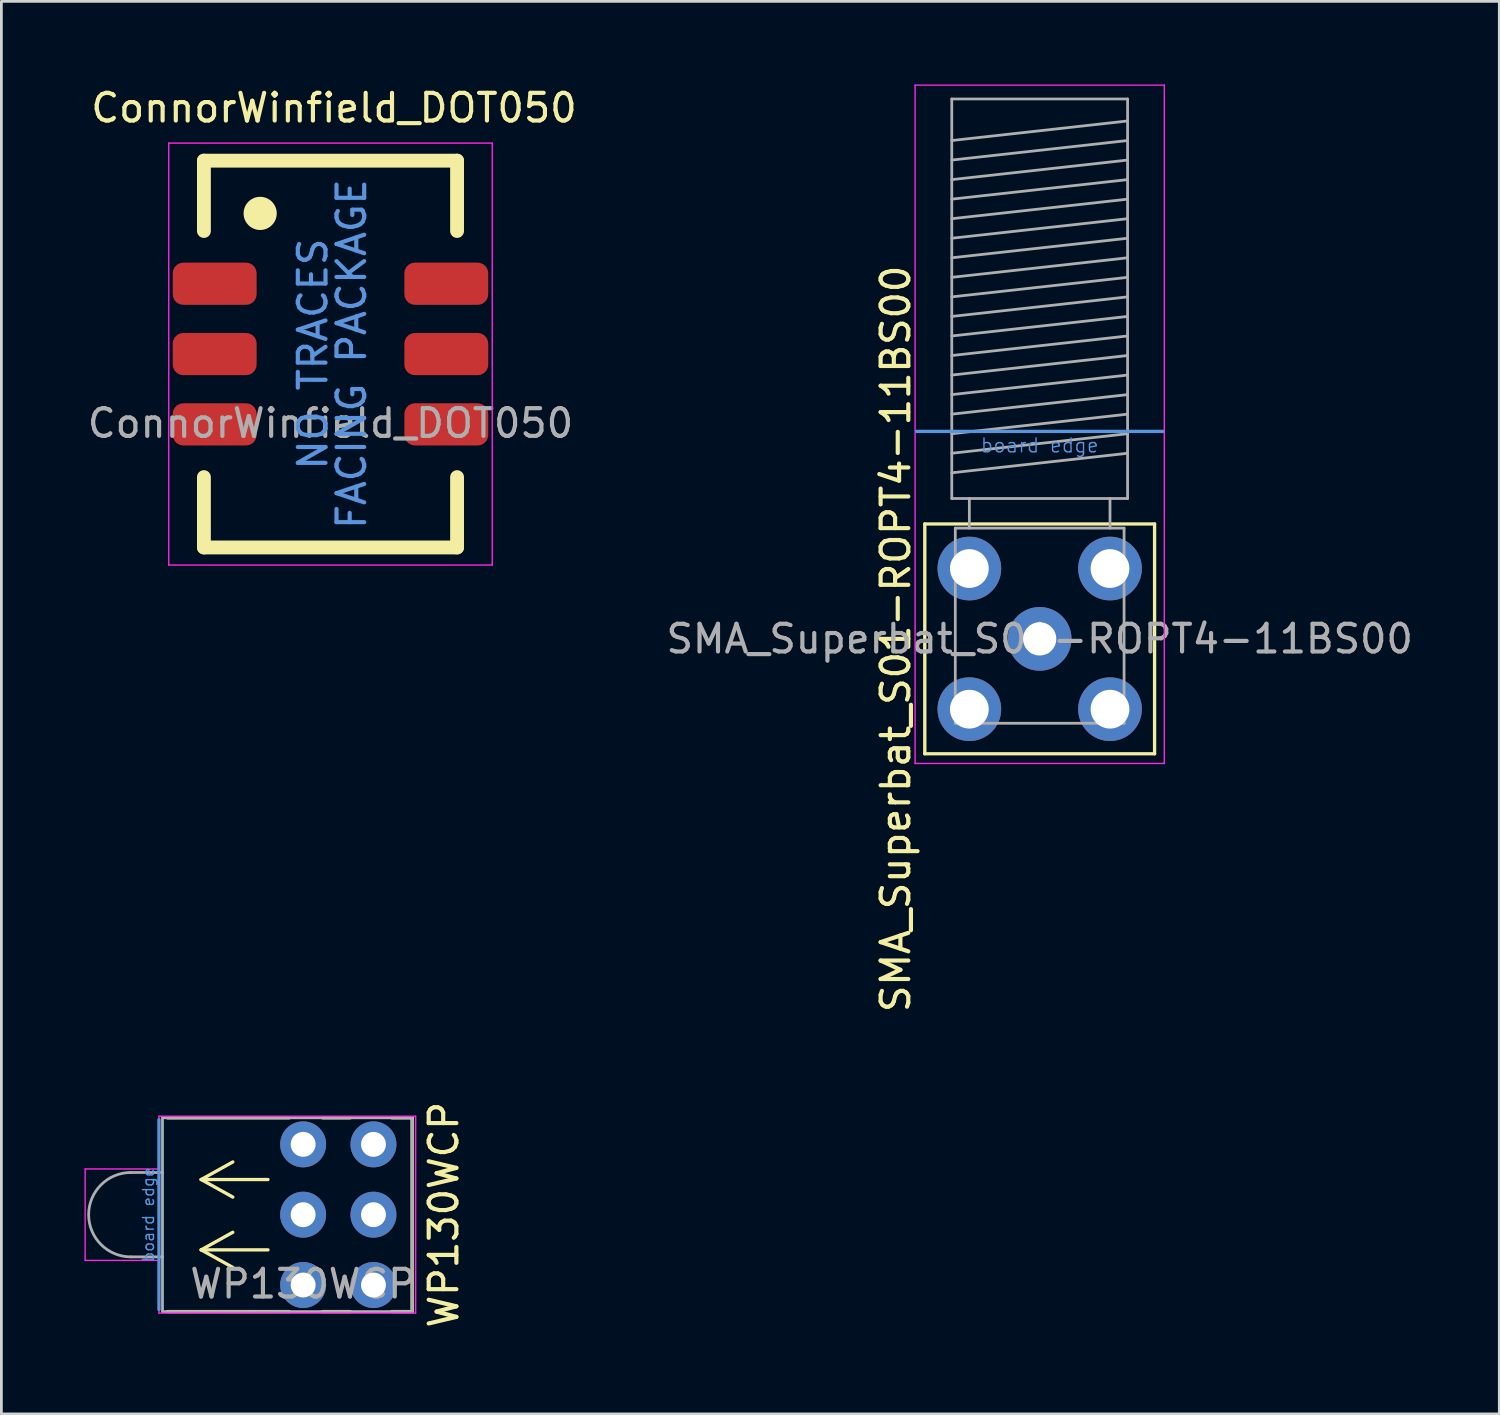
<source format=kicad_pcb>
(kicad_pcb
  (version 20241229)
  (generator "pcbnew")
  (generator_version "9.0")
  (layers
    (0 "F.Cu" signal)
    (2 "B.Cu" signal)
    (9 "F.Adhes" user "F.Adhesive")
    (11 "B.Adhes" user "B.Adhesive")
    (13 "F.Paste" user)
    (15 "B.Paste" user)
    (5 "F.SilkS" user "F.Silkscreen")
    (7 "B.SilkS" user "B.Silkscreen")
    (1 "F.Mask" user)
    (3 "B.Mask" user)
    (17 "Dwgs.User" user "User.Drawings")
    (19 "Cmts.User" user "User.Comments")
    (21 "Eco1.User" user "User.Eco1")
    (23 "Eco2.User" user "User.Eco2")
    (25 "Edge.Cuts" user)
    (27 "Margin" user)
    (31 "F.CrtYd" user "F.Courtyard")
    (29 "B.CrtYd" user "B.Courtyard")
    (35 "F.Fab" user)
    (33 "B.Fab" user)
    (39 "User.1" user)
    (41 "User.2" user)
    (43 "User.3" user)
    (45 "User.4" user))
  (footprint "SMA_Superbat_S01-ROPT4-11BS00"
    (layer "F.Cu")
    (at 34.502 20.025)
    (property "Reference" "SMA_Superbat_S01-ROPT4-11BS00" (at -5.2 0 90) (layer "F.SilkS") (effects (font (size 1 1) (thickness 0.15))))
    (attr through_hole)
    (fp_line (start -4.15 -4.15) (end -4.15 4.15) (stroke (width 0.12) (type solid)) (layer "F.SilkS"))
    (fp_line (start -4.15 -4.15) (end 4.15 -4.15) (stroke (width 0.12) (type solid)) (layer "F.SilkS"))
    (fp_line (start -4.15 4.15) (end 4.15 4.15) (stroke (width 0.12) (type solid)) (layer "F.SilkS"))
    (fp_line (start 4.15 -4.15) (end 4.15 4.15) (stroke (width 0.12) (type solid)) (layer "F.SilkS"))
    (fp_line (start -4.445 -7.493) (end 4.445 -7.493) (stroke (width 0.12) (type solid)) (layer "Cmts.User"))
    (fp_line (start -4.5 -20) (end -4.5 4.5) (stroke (width 0.05) (type solid)) (layer "F.CrtYd"))
    (fp_line (start -4.5 -20) (end 4.5 -20) (stroke (width 0.05) (type solid)) (layer "F.CrtYd"))
    (fp_line (start 4.5 4.5) (end -4.5 4.5) (stroke (width 0.05) (type solid)) (layer "F.CrtYd"))
    (fp_line (start 4.5 4.5) (end 4.5 -20) (stroke (width 0.05) (type solid)) (layer "F.CrtYd"))
    (fp_line (start -3.175 -19.5) (end -3.175 -5.07) (stroke (width 0.1) (type solid)) (layer "F.Fab"))
    (fp_line (start -3.175 -19.5) (end 3.175 -19.5) (stroke (width 0.1) (type solid)) (layer "F.Fab"))
    (fp_line (start -3.175 -18) (end 3.175 -18.706) (stroke (width 0.1) (type solid)) (layer "F.Fab"))
    (fp_line (start -3.175 -17.294) (end 3.175 -18) (stroke (width 0.1) (type solid)) (layer "F.Fab"))
    (fp_line (start -3.175 -16.588) (end 3.175 -17.294) (stroke (width 0.1) (type solid)) (layer "F.Fab"))
    (fp_line (start -3.175 -15.882) (end 3.175 -16.588) (stroke (width 0.1) (type solid)) (layer "F.Fab"))
    (fp_line (start -3.175 -15.176) (end 3.175 -15.882) (stroke (width 0.1) (type solid)) (layer "F.Fab"))
    (fp_line (start -3.175 -14.47) (end 3.175 -15.176) (stroke (width 0.1) (type solid)) (layer "F.Fab"))
    (fp_line (start -3.175 -13.764) (end 3.175 -14.47) (stroke (width 0.1) (type solid)) (layer "F.Fab"))
    (fp_line (start -3.175 -13.058) (end 3.175 -13.764) (stroke (width 0.1) (type solid)) (layer "F.Fab"))
    (fp_line (start -3.175 -12.352) (end 3.175 -13.058) (stroke (width 0.1) (type solid)) (layer "F.Fab"))
    (fp_line (start -3.175 -11.646) (end 3.175 -12.352) (stroke (width 0.1) (type solid)) (layer "F.Fab"))
    (fp_line (start -3.175 -10.94) (end 3.175 -11.646) (stroke (width 0.1) (type solid)) (layer "F.Fab"))
    (fp_line (start -3.175 -10.234) (end 3.175 -10.94) (stroke (width 0.1) (type solid)) (layer "F.Fab"))
    (fp_line (start -3.175 -9.528) (end 3.175 -10.234) (stroke (width 0.1) (type solid)) (layer "F.Fab"))
    (fp_line (start -3.175 -8.822) (end 3.175 -9.528) (stroke (width 0.1) (type solid)) (layer "F.Fab"))
    (fp_line (start -3.175 -8.116) (end 3.175 -8.822) (stroke (width 0.1) (type solid)) (layer "F.Fab"))
    (fp_line (start -3.175 -7.41) (end 3.175 -8.116) (stroke (width 0.1) (type solid)) (layer "F.Fab"))
    (fp_line (start -3.175 -6.704) (end 3.175 -7.41) (stroke (width 0.1) (type solid)) (layer "F.Fab"))
    (fp_line (start -3.175 -5.998) (end 3.175 -6.704) (stroke (width 0.1) (type solid)) (layer "F.Fab"))
    (fp_line (start -3.048 -4) (end -3.048 3.048) (stroke (width 0.1) (type solid)) (layer "F.Fab"))
    (fp_line (start -3.048 -4) (end 3.048 -4) (stroke (width 0.1) (type solid)) (layer "F.Fab"))
    (fp_line (start -3.048 3.048) (end 3.048 3.048) (stroke (width 0.1) (type solid)) (layer "F.Fab"))
    (fp_line (start -2.54 -5.07) (end -2.54 -4) (stroke (width 0.1) (type solid)) (layer "F.Fab"))
    (fp_line (start 2.54 -4) (end 2.54 -5.07) (stroke (width 0.1) (type solid)) (layer "F.Fab"))
    (fp_line (start 3.048 -4) (end 3.048 3.048) (stroke (width 0.1) (type solid)) (layer "F.Fab"))
    (fp_line (start 3.175 -19.5) (end 3.175 -5.07) (stroke (width 0.1) (type solid)) (layer "F.Fab"))
    (fp_line (start 3.175 -5.07) (end -3.175 -5.07) (stroke (width 0.1) (type solid)) (layer "F.Fab"))
    (fp_text user "board edge" (at 0 -6.985 0) (unlocked yes) (layer "Cmts.User") (effects (font (size 0.5 0.5) (thickness 0.05))))
    (fp_text user "${REFERENCE}" (at 0 0 0) (layer "F.Fab") (effects (font (size 1 1) (thickness 0.15))))
    (pad "1" thru_hole circle (at 0 0) (size 2.3 2.3) (drill 1.2) (layers "*.Cu" "*.Mask"))
    (pad "2" thru_hole circle (at -2.54 -2.54) (size 2.3 2.3) (drill 1.4) (layers "*.Cu" "*.Mask"))
    (pad "2" thru_hole circle (at -2.54 2.54) (size 2.3 2.3) (drill 1.4) (layers "*.Cu" "*.Mask"))
    (pad "2" thru_hole circle (at 2.54 -2.54) (size 2.3 2.3) (drill 1.4) (layers "*.Cu" "*.Mask"))
    (pad "2" thru_hole circle (at 2.54 2.54) (size 2.3 2.3) (drill 1.4) (layers "*.Cu" "*.Mask")))
  (footprint "ConnorWinfield_DOT050"
    (layer "F.Cu")
    (at 8.887 9.738)
    (property "Reference" "ConnorWinfield_DOT050" (at 0.127 -8.89 0) (unlocked yes) (layer "F.SilkS") (effects (font (size 1 1) (thickness 0.15))))
    (attr smd)
    (fp_line (start -4.572 -6.985) (end -4.572 -4.445) (stroke (width 0.5) (type solid)) (layer "F.SilkS"))
    (fp_line (start -4.572 -6.985) (end 4.572 -6.985) (stroke (width 0.5) (type solid)) (layer "F.SilkS"))
    (fp_line (start -4.572 4.445) (end -4.572 6.985) (stroke (width 0.5) (type solid)) (layer "F.SilkS"))
    (fp_line (start -4.572 6.985) (end 4.572 6.985) (stroke (width 0.5) (type solid)) (layer "F.SilkS"))
    (fp_line (start 4.572 -6.985) (end 4.572 -4.445) (stroke (width 0.5) (type solid)) (layer "F.SilkS"))
    (fp_line (start 4.572 6.985) (end 4.572 4.445) (stroke (width 0.5) (type solid)) (layer "F.SilkS"))
    (fp_circle (center -2.54 -5.08) (end -2.001 -5.08) (stroke (width 0.12) (type solid)) (fill yes) (layer "F.SilkS"))
    (fp_line (start -5.842 -7.62) (end -5.842 7.62) (stroke (width 0.05) (type solid)) (layer "F.CrtYd"))
    (fp_line (start -5.842 7.62) (end 5.842 7.62) (stroke (width 0.05) (type solid)) (layer "F.CrtYd"))
    (fp_line (start 5.842 -7.62) (end -5.842 -7.62) (stroke (width 0.05) (type solid)) (layer "F.CrtYd"))
    (fp_line (start 5.842 7.62) (end 5.842 -7.62) (stroke (width 0.05) (type solid)) (layer "F.CrtYd"))
    (fp_text user "FACING PACKAGE" (at 0.762 0 90) (unlocked yes) (layer "Cmts.User") (effects (font (size 1 1) (thickness 0.15))))
    (fp_text user "NO TRACES" (at -0.635 0 90) (unlocked yes) (layer "Cmts.User") (effects (font (size 1 1) (thickness 0.15))))
    (fp_text user "${REFERENCE}" (at 0 2.5 0) (unlocked yes) (layer "F.Fab") (effects (font (size 1 1) (thickness 0.15))))
    (pad "1" smd roundrect (at -3.683 -2.54) (size 3.03 1.524) (drill (offset -0.5 0)) (layers "F.Cu" "F.Mask" "F.Paste") (roundrect_rratio 0.25))
    (pad "2" smd roundrect (at -3.683 0) (size 3.03 1.524) (drill (offset -0.5 0)) (layers "F.Cu" "F.Mask" "F.Paste") (roundrect_rratio 0.25))
    (pad "3" smd roundrect (at -3.683 2.54) (size 3.03 1.524) (drill (offset -0.5 0)) (layers "F.Cu" "F.Mask" "F.Paste") (roundrect_rratio 0.25))
    (pad "4" smd roundrect (at 3.683 2.54 180) (size 3.03 1.524) (drill (offset -0.5 0)) (layers "F.Cu" "F.Mask" "F.Paste") (roundrect_rratio 0.25))
    (pad "5" smd roundrect (at 3.683 0 180) (size 3.03 1.524) (drill (offset -0.5 0)) (layers "F.Cu" "F.Mask" "F.Paste") (roundrect_rratio 0.25))
    (pad "6" smd roundrect (at 3.683 -2.54 180) (size 3.03 1.524) (drill (offset -0.5 0)) (layers "F.Cu" "F.Mask" "F.Paste") (roundrect_rratio 0.25)))
  (footprint "WP130WCP"
    (layer "F.Cu")
    (at 7.899 40.823)
    (property "Reference" "WP130WCP" (at 5.08 0 90) (unlocked yes) (layer "F.SilkS") (effects (font (size 1 1) (thickness 0.15))))
    (attr through_hole)
    (fp_line (start -4.9 -3.5) (end -0.5 -3.5) (stroke (width 0.12) (type solid)) (layer "F.SilkS"))
    (fp_line (start -4.9 3.5) (end -0.5 3.5) (stroke (width 0.12) (type solid)) (layer "F.SilkS"))
    (fp_line (start -3.683 -1.27) (end -2.54 -1.905) (stroke (width 0.12) (type solid)) (layer "F.SilkS"))
    (fp_line (start -3.683 1.27) (end -2.54 0.635) (stroke (width 0.12) (type solid)) (layer "F.SilkS"))
    (fp_line (start -2.54 -0.635) (end -3.683 -1.27) (stroke (width 0.12) (type solid)) (layer "F.SilkS"))
    (fp_line (start -2.54 1.905) (end -3.683 1.27) (stroke (width 0.12) (type solid)) (layer "F.SilkS"))
    (fp_line (start -1.27 -1.27) (end -3.683 -1.27) (stroke (width 0.12) (type solid)) (layer "F.SilkS"))
    (fp_line (start -1.27 1.27) (end -3.683 1.27) (stroke (width 0.12) (type solid)) (layer "F.SilkS"))
    (fp_line (start 0.7 -3.5) (end 1.7 -3.5) (stroke (width 0.12) (type solid)) (layer "F.SilkS"))
    (fp_line (start 0.7 3.5) (end 1.7 3.5) (stroke (width 0.12) (type solid)) (layer "F.SilkS"))
    (fp_line (start 3.2 -3.5) (end 3.937 -3.5) (stroke (width 0.12) (type solid)) (layer "F.SilkS"))
    (fp_line (start 3.2 3.5) (end 3.937 3.5) (stroke (width 0.12) (type solid)) (layer "F.SilkS"))
    (fp_line (start 3.937 -3.5) (end 3.937 3.5) (stroke (width 0.12) (type solid)) (layer "F.SilkS"))
    (fp_line (start -5.207 -3.429) (end -5.207 3.429) (stroke (width 0.12) (type solid)) (layer "Cmts.User"))
    (fp_line (start -7.874 -1.651) (end -5.207 -1.651) (stroke (width 0.05) (type solid)) (layer "F.CrtYd"))
    (fp_line (start -7.874 1.651) (end -7.874 -1.651) (stroke (width 0.05) (type solid)) (layer "F.CrtYd"))
    (fp_line (start -5.207 -3.556) (end 4.064 -3.556) (stroke (width 0.05) (type solid)) (layer "F.CrtYd"))
    (fp_line (start -5.207 -1.651) (end -5.207 -3.556) (stroke (width 0.05) (type solid)) (layer "F.CrtYd"))
    (fp_line (start -5.207 1.651) (end -7.874 1.651) (stroke (width 0.05) (type solid)) (layer "F.CrtYd"))
    (fp_line (start -5.207 3.556) (end -5.207 1.651) (stroke (width 0.05) (type solid)) (layer "F.CrtYd"))
    (fp_line (start 4.064 -3.556) (end 4.064 3.556) (stroke (width 0.05) (type solid)) (layer "F.CrtYd"))
    (fp_line (start 4.064 3.556) (end -5.207 3.556) (stroke (width 0.05) (type solid)) (layer "F.CrtYd"))
    (fp_line (start -6.223 -1.524) (end -5.08 -1.524) (stroke (width 0.1) (type solid)) (layer "F.Fab"))
    (fp_line (start -5.08 -3.5) (end 3.937 -3.5) (stroke (width 0.1) (type solid)) (layer "F.Fab"))
    (fp_line (start -5.08 -1.524) (end -5.08 -3.5) (stroke (width 0.1) (type solid)) (layer "F.Fab"))
    (fp_line (start -5.08 1.524) (end -6.223 1.524) (stroke (width 0.1) (type solid)) (layer "F.Fab"))
    (fp_line (start -5.08 1.524) (end -5.08 -1.524) (stroke (width 0.1) (type solid)) (layer "F.Fab"))
    (fp_line (start -5.08 3.5) (end -5.08 1.524) (stroke (width 0.1) (type solid)) (layer "F.Fab"))
    (fp_line (start 3.937 -3.5) (end 3.937 3.5) (stroke (width 0.1) (type solid)) (layer "F.Fab"))
    (fp_line (start 3.937 3.5) (end -5.08 3.5) (stroke (width 0.1) (type solid)) (layer "F.Fab"))
    (fp_arc (start -6.223 1.524) (mid -7.747 0) (end -6.223 -1.524) (stroke (width 0.1) (type solid)) (layer "F.Fab"))
    (fp_text user "board edge" (at -5.588 0 90) (unlocked yes) (layer "Cmts.User") (effects (font (size 0.4 0.4) (thickness 0.05))))
    (fp_text user "${REFERENCE}" (at 0 2.5 0) (unlocked yes) (layer "F.Fab") (effects (font (size 1 1) (thickness 0.15))))
    (pad "1" thru_hole circle (at 2.54 -2.54) (size 1.66 1.66) (drill 0.9) (layers "*.Cu" "*.Mask"))
    (pad "2" thru_hole circle (at 2.54 0) (size 1.66 1.66) (drill 0.9) (layers "*.Cu" "*.Mask"))
    (pad "3" thru_hole circle (at 2.54 2.54) (size 1.66 1.66) (drill 0.9) (layers "*.Cu" "*.Mask"))
    (pad "4" thru_hole circle (at 0 -2.54) (size 1.66 1.66) (drill 0.9) (layers "*.Cu" "*.Mask"))
    (pad "5" thru_hole circle (at 0 0) (size 1.66 1.66) (drill 0.9) (layers "*.Cu" "*.Mask"))
    (pad "6" thru_hole circle (at 0 2.54) (size 1.66 1.66) (drill 0.9) (layers "*.Cu" "*.Mask")))
  (gr_rect
    (start -3 -3)
    (end 51.103 48.019)
    (stroke (width 0.1) (type default))
    (fill no)
    (layer "Edge.Cuts")))
</source>
